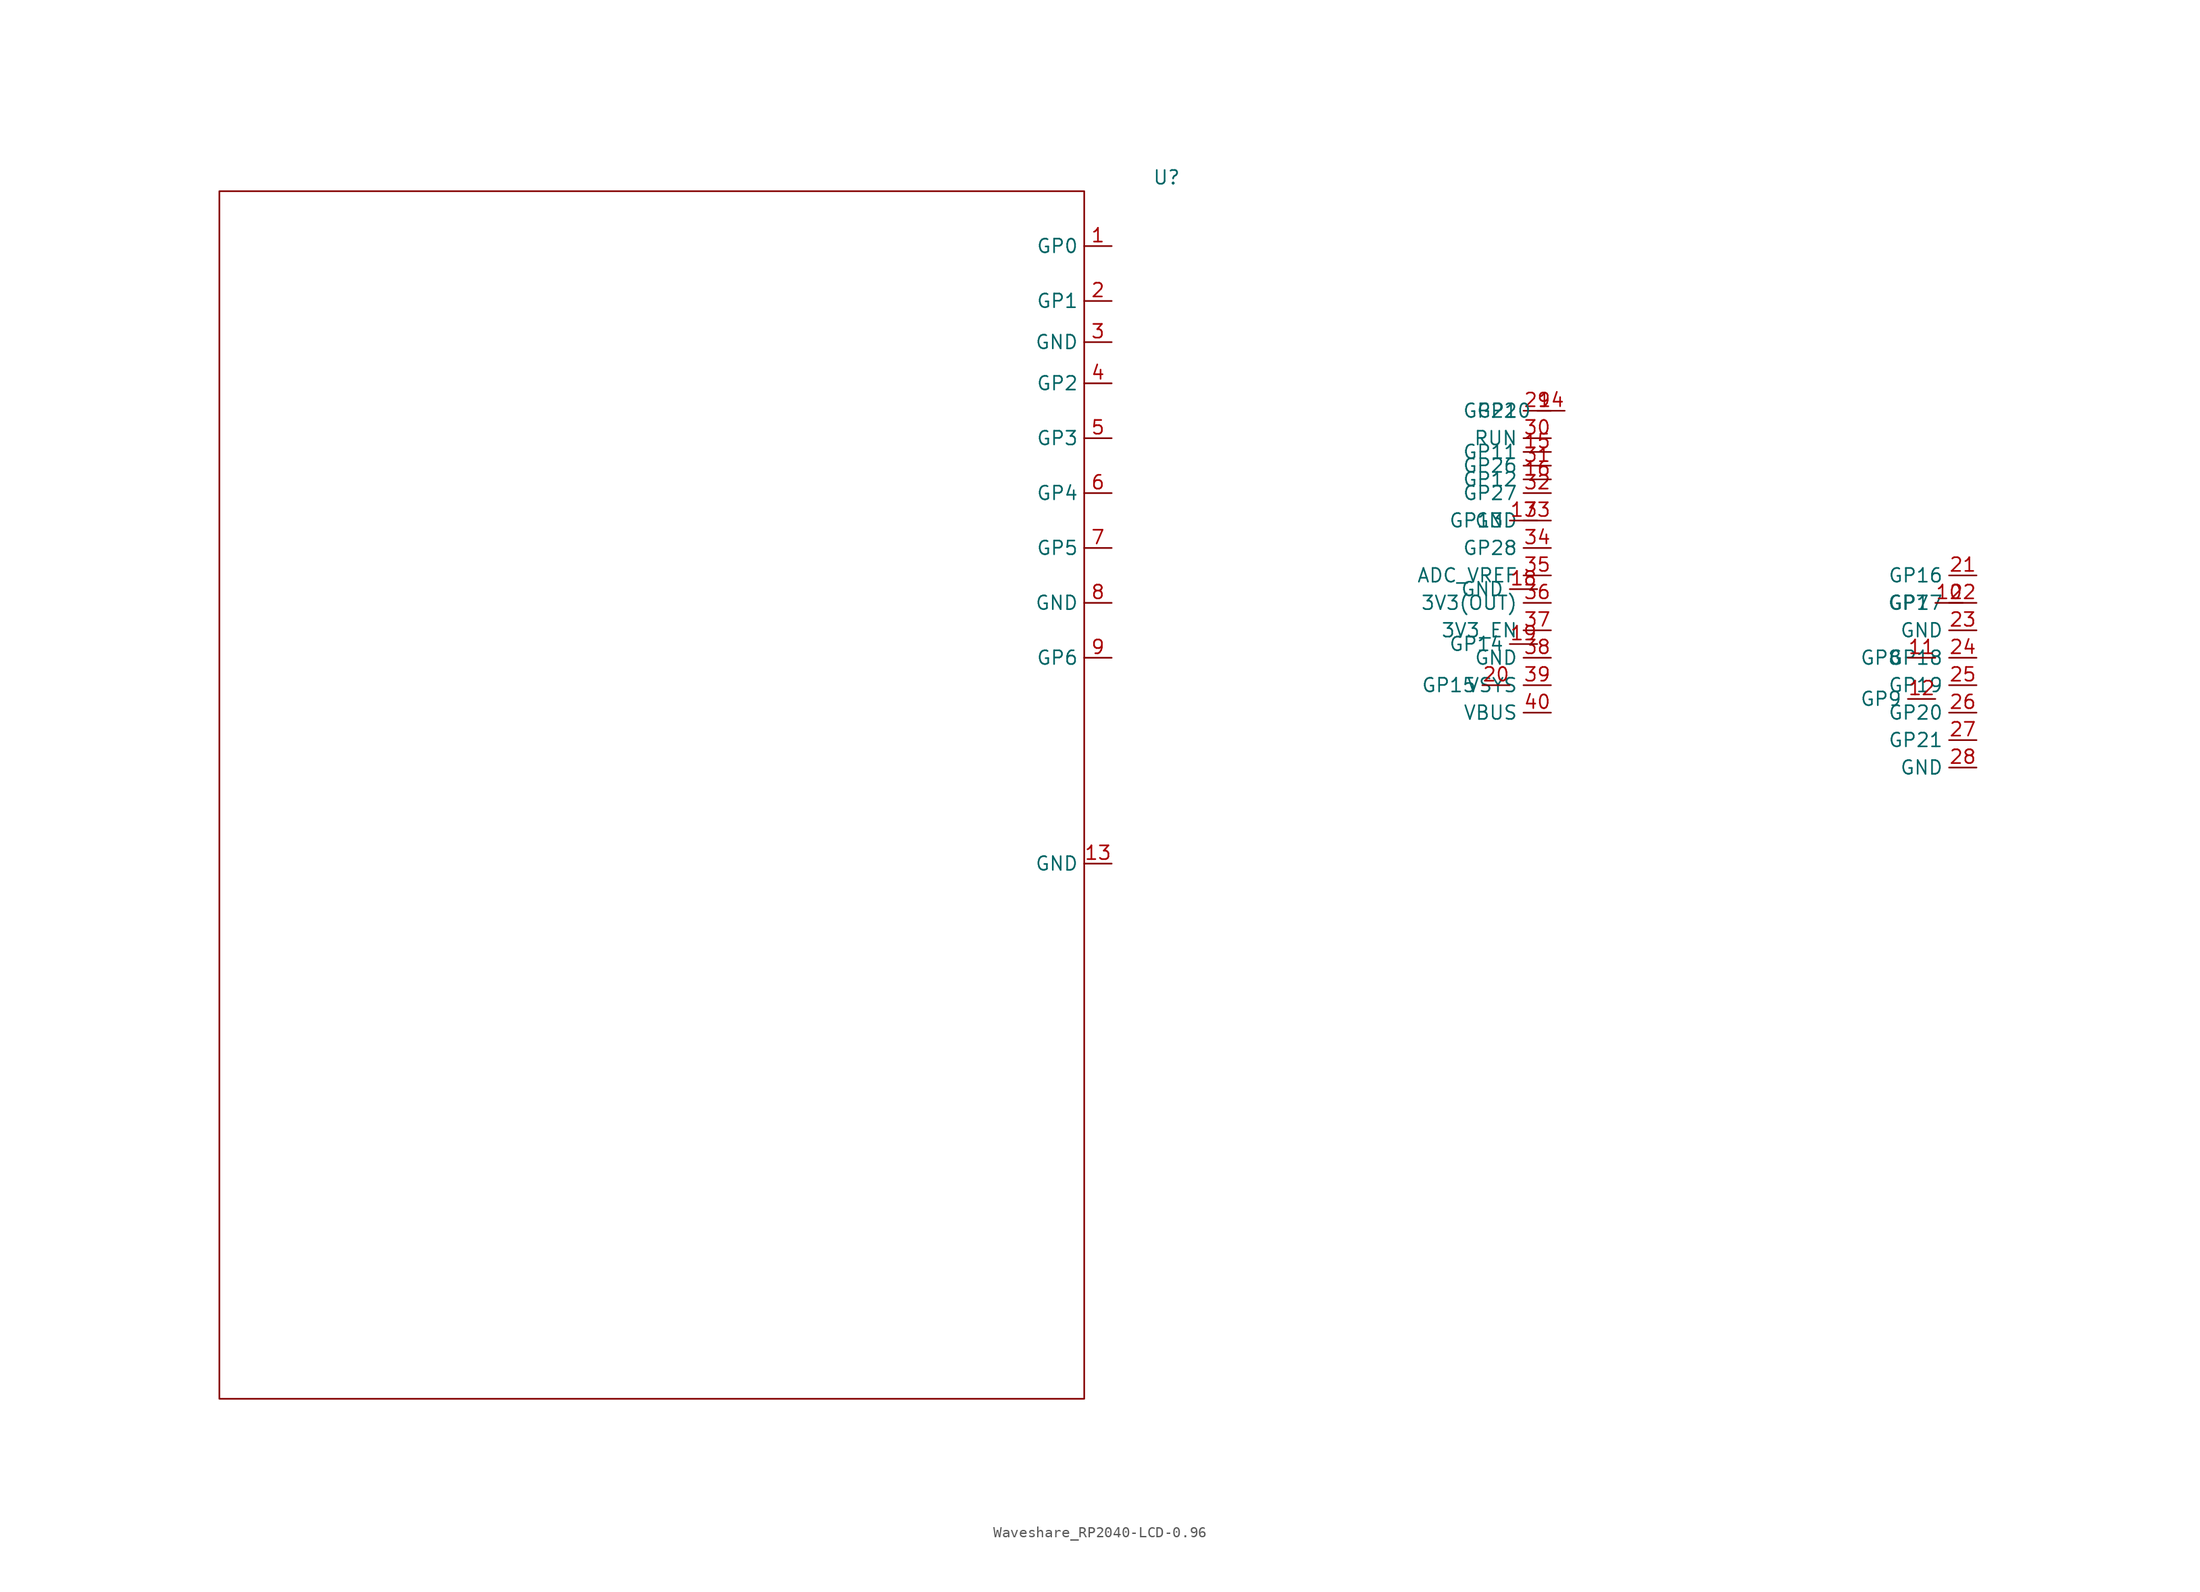
<source format=kicad_sym>
(kicad_symbol_lib
  (version 20220914)
  (generator kicad_symbol_editor)
  (symbol "Waveshare_RP2040-LCD-0.96"
    (property "Reference" "U"
      (at 0 0 0)
      (effects (font (size 1.27 1.27))))
    (property "Value" ""
      (at 0 0 0)
      (effects (font (size 1.27 1.27))))
    (symbol "Waveshare_RP2040-LCD-0.96_0_1"
      (rectangle (start -87.63 -1.27) (end -7.62 -113.03) (stroke (width 0) (type default)) (fill (type none))))
    (symbol "Waveshare_RP2040-LCD-0.96_1_0"
      (pin bidirectional line (at 74.93 -36.83 180) (length 2.54) (name "GP16" (effects (font (size 1.27 1.27)))) (number "21" (effects (font (size 1.27 1.27)))))
      (pin bidirectional line (at 74.93 -39.37 180) (length 2.54) (name "GP17" (effects (font (size 1.27 1.27)))) (number "22" (effects (font (size 1.27 1.27)))))
      (pin bidirectional line (at 74.93 -41.91 180) (length 2.54) (name "GND" (effects (font (size 1.27 1.27)))) (number "23" (effects (font (size 1.27 1.27)))))
      (pin bidirectional line (at 74.93 -44.45 180) (length 2.54) (name "GP18" (effects (font (size 1.27 1.27)))) (number "24" (effects (font (size 1.27 1.27)))))
      (pin bidirectional line (at 74.93 -46.99 180) (length 2.54) (name "GP19" (effects (font (size 1.27 1.27)))) (number "25" (effects (font (size 1.27 1.27)))))
      (pin bidirectional line (at 74.93 -49.53 180) (length 2.54) (name "GP20" (effects (font (size 1.27 1.27)))) (number "26" (effects (font (size 1.27 1.27)))))
      (pin bidirectional line (at 74.93 -52.07 180) (length 2.54) (name "GP21" (effects (font (size 1.27 1.27)))) (number "27" (effects (font (size 1.27 1.27)))))
      (pin bidirectional line (at 74.93 -54.61 180) (length 2.54) (name "GND" (effects (font (size 1.27 1.27)))) (number "28" (effects (font (size 1.27 1.27)))))
      (pin bidirectional line (at 35.56 -21.59 180) (length 2.54) (name "GP22" (effects (font (size 1.27 1.27)))) (number "29" (effects (font (size 1.27 1.27)))))
      (pin bidirectional line (at 35.56 -24.13 180) (length 2.54) (name "RUN" (effects (font (size 1.27 1.27)))) (number "30" (effects (font (size 1.27 1.27)))))
      (pin bidirectional line (at 35.56 -26.67 180) (length 2.54) (name "GP26" (effects (font (size 1.27 1.27)))) (number "31" (effects (font (size 1.27 1.27)))))
      (pin bidirectional line (at 35.56 -29.21 180) (length 2.54) (name "GP27" (effects (font (size 1.27 1.27)))) (number "32" (effects (font (size 1.27 1.27)))))
      (pin bidirectional line (at 35.56 -31.75 180) (length 2.54) (name "GND" (effects (font (size 1.27 1.27)))) (number "33" (effects (font (size 1.27 1.27)))))
      (pin bidirectional line (at 35.56 -34.29 180) (length 2.54) (name "GP28" (effects (font (size 1.27 1.27)))) (number "34" (effects (font (size 1.27 1.27)))))
      (pin bidirectional line (at 35.56 -36.83 180) (length 2.54) (name "ADC_VREF" (effects (font (size 1.27 1.27)))) (number "35" (effects (font (size 1.27 1.27)))))
      (pin bidirectional line (at 35.56 -39.37 180) (length 2.54) (name "3V3(OUT)" (effects (font (size 1.27 1.27)))) (number "36" (effects (font (size 1.27 1.27)))))
      (pin bidirectional line (at 35.56 -41.91 180) (length 2.54) (name "3V3_EN" (effects (font (size 1.27 1.27)))) (number "37" (effects (font (size 1.27 1.27)))))
      (pin bidirectional line (at 35.56 -44.45 180) (length 2.54) (name "GND" (effects (font (size 1.27 1.27)))) (number "38" (effects (font (size 1.27 1.27)))))
      (pin bidirectional line (at 35.56 -46.99 180) (length 2.54) (name "VSYS" (effects (font (size 1.27 1.27)))) (number "39" (effects (font (size 1.27 1.27)))))
      (pin bidirectional line (at 35.56 -49.53 180) (length 2.54) (name "VBUS" (effects (font (size 1.27 1.27)))) (number "40" (effects (font (size 1.27 1.27))))))
    (symbol "Waveshare_RP2040-LCD-0.96_1_1"
      (pin bidirectional line (at -5.08 -6.35 180) (length 2.54) (name "GP0" (effects (font (size 1.27 1.27)))) (number "1" (effects (font (size 1.27 1.27)))) (alternate "I2C0 SDA" bidirectional line) (alternate "SPI0 RX" input line) (alternate "UART0 TX" output line))
      (pin bidirectional line (at 73.66 -39.37 180) (length 2.54) (name "GP7" (effects (font (size 1.27 1.27)))) (number "10" (effects (font (size 1.27 1.27)))))
      (pin bidirectional line (at 71.12 -44.45 180) (length 2.54) (name "GP8" (effects (font (size 1.27 1.27)))) (number "11" (effects (font (size 1.27 1.27)))))
      (pin bidirectional line (at 71.12 -48.26 180) (length 2.54) (name "GP9" (effects (font (size 1.27 1.27)))) (number "12" (effects (font (size 1.27 1.27)))))
      (pin bidirectional line (at -5.08 -63.5 180) (length 2.54) (name "GND" (effects (font (size 1.27 1.27)))) (number "13" (effects (font (size 1.27 1.27)))))
      (pin bidirectional line (at 36.83 -21.59 180) (length 2.54) (name "GP10" (effects (font (size 1.27 1.27)))) (number "14" (effects (font (size 1.27 1.27)))))
      (pin bidirectional line (at 35.56 -25.4 180) (length 2.54) (name "GP11" (effects (font (size 1.27 1.27)))) (number "15" (effects (font (size 1.27 1.27)))))
      (pin bidirectional line (at 35.56 -27.94 180) (length 2.54) (name "GP12" (effects (font (size 1.27 1.27)))) (number "16" (effects (font (size 1.27 1.27)))))
      (pin bidirectional line (at 34.29 -31.75 180) (length 2.54) (name "GP13" (effects (font (size 1.27 1.27)))) (number "17" (effects (font (size 1.27 1.27)))))
      (pin bidirectional line (at 34.29 -38.1 180) (length 2.54) (name "GND" (effects (font (size 1.27 1.27)))) (number "18" (effects (font (size 1.27 1.27)))))
      (pin bidirectional line (at 34.29 -43.18 180) (length 2.54) (name "GP14" (effects (font (size 1.27 1.27)))) (number "19" (effects (font (size 1.27 1.27)))))
      (pin bidirectional line (at -5.08 -11.43 180) (length 2.54) (name "GP1" (effects (font (size 1.27 1.27)))) (number "2" (effects (font (size 1.27 1.27)))) (alternate "I2C0 SCL" output line) (alternate "SPI0 CSn" output line) (alternate "UART0 RX" input line))
      (pin bidirectional line (at 31.75 -46.99 180) (length 2.54) (name "GP15" (effects (font (size 1.27 1.27)))) (number "20" (effects (font (size 1.27 1.27)))))
      (pin bidirectional line (at -5.08 -15.24 180) (length 2.54) (name "GND" (effects (font (size 1.27 1.27)))) (number "3" (effects (font (size 1.27 1.27)))))
      (pin bidirectional line (at -5.08 -19.05 180) (length 2.54) (name "GP2" (effects (font (size 1.27 1.27)))) (number "4" (effects (font (size 1.27 1.27)))) (alternate "I2C1 SDA" bidirectional line) (alternate "SPI0 SCK" output line))
      (pin bidirectional line (at -5.08 -24.13 180) (length 2.54) (name "GP3" (effects (font (size 1.27 1.27)))) (number "5" (effects (font (size 1.27 1.27)))))
      (pin bidirectional line (at -5.08 -29.21 180) (length 2.54) (name "GP4" (effects (font (size 1.27 1.27)))) (number "6" (effects (font (size 1.27 1.27)))))
      (pin bidirectional line (at -5.08 -34.29 180) (length 2.54) (name "GP5" (effects (font (size 1.27 1.27)))) (number "7" (effects (font (size 1.27 1.27)))))
      (pin bidirectional line (at -5.08 -39.37 180) (length 2.54) (name "GND" (effects (font (size 1.27 1.27)))) (number "8" (effects (font (size 1.27 1.27)))))
      (pin bidirectional line (at -5.08 -44.45 180) (length 2.54) (name "GP6" (effects (font (size 1.27 1.27)))) (number "9" (effects (font (size 1.27 1.27))))))))
</source>
